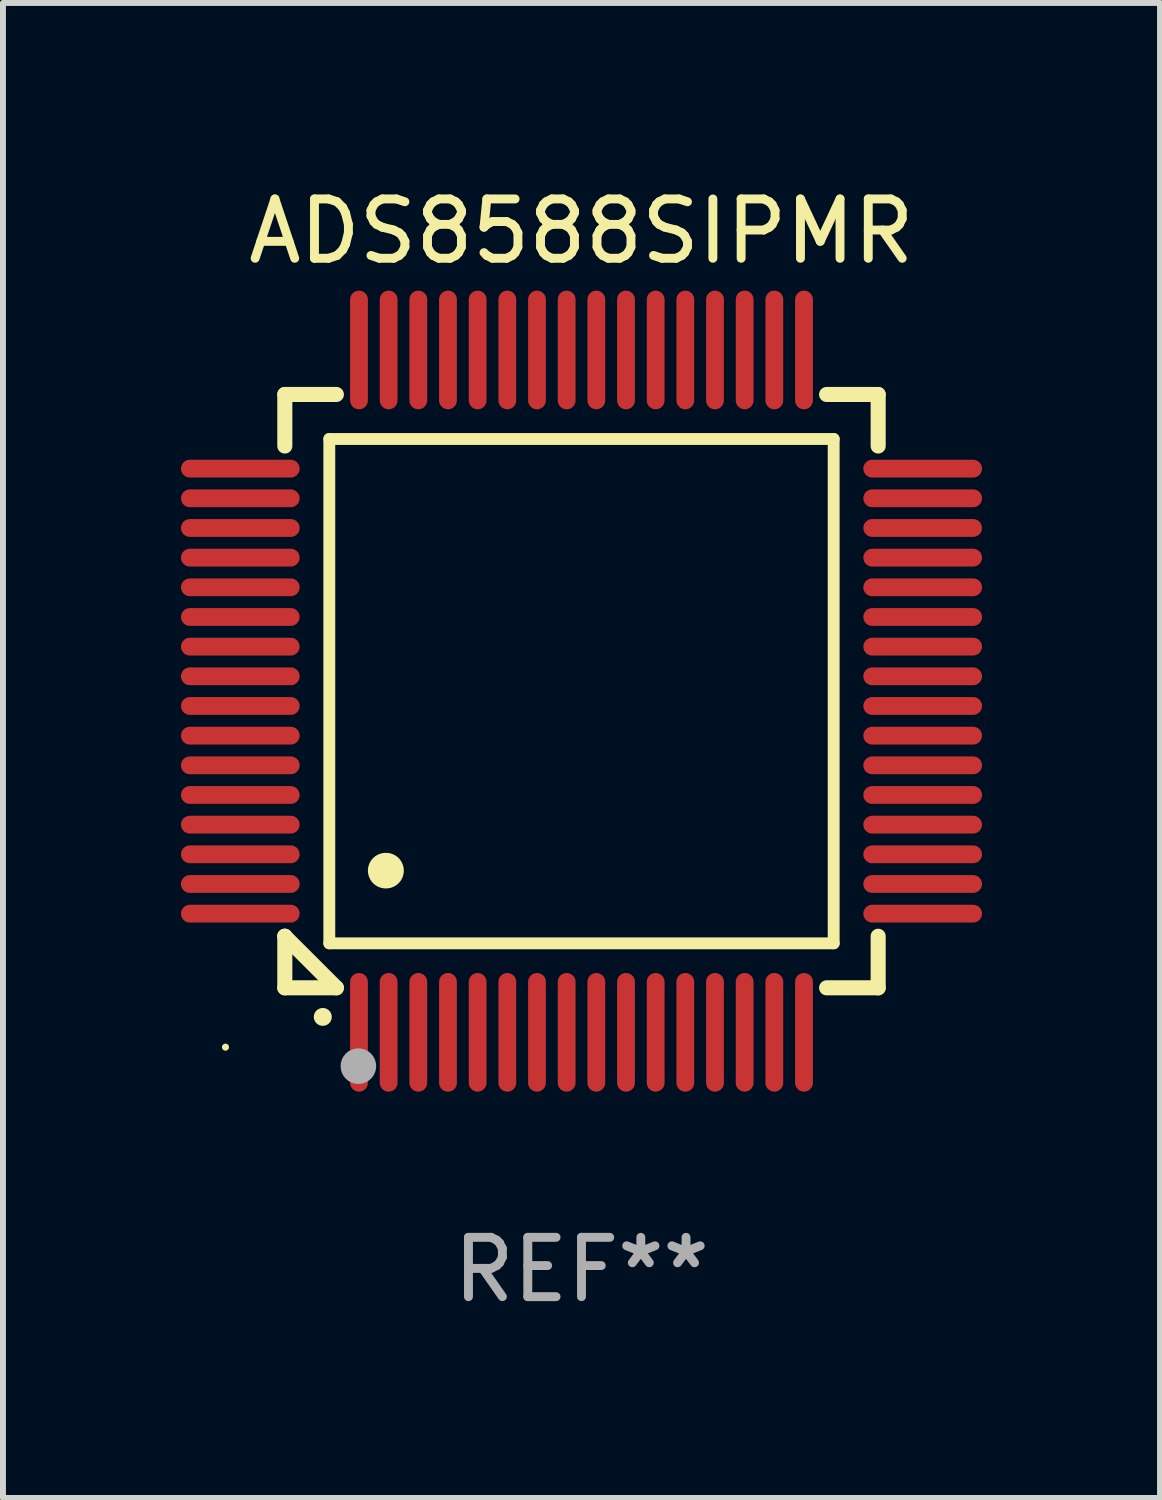
<source format=kicad_pcb>
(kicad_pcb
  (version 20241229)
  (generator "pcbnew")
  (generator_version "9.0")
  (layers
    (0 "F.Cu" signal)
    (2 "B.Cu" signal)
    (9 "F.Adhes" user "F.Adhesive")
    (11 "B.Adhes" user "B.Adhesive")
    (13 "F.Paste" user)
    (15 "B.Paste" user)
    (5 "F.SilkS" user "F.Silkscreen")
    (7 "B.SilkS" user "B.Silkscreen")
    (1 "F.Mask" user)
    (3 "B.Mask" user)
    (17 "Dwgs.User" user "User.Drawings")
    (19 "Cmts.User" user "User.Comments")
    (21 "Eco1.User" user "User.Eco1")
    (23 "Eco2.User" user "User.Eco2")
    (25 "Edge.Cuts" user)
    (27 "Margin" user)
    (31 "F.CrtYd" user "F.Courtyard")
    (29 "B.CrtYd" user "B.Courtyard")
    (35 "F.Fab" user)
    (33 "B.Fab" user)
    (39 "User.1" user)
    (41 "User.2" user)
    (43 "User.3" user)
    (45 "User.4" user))
  (footprint "ADS8588SIPMR"
    (layer "F.Cu")
    (at 6.75 8.598)
    (property "Reference" "ADS8588SIPMR" (at 0 -7.75 0) (layer "F.SilkS") (effects (font (size 1 1) (thickness 0.15))))
    (attr through_hole)
    (fp_line (start -5 -5) (end -4.131 -5) (stroke (width 0.254) (type solid)) (layer "F.SilkS"))
    (fp_line (start -5 -4.131) (end -5 -5) (stroke (width 0.254) (type solid)) (layer "F.SilkS"))
    (fp_line (start -5 4.131) (end -5 4.131) (stroke (width 0.254) (type solid)) (layer "F.SilkS"))
    (fp_line (start -5 5) (end -5 4.131) (stroke (width 0.254) (type solid)) (layer "F.SilkS"))
    (fp_line (start -5 4.131) (end -4.131 5) (stroke (width 0.254) (type solid)) (layer "F.SilkS"))
    (fp_line (start -4.25 -4.25) (end -4.25 4.25) (stroke (width 0.2) (type solid)) (layer "F.SilkS"))
    (fp_line (start -4.25 4.25) (end 4.25 4.25) (stroke (width 0.2) (type solid)) (layer "F.SilkS"))
    (fp_line (start -4.131 5) (end -5 5) (stroke (width 0.254) (type solid)) (layer "F.SilkS"))
    (fp_line (start 4.25 -4.25) (end -4.25 -4.25) (stroke (width 0.2) (type solid)) (layer "F.SilkS"))
    (fp_line (start 4.25 4.25) (end 4.25 -4.25) (stroke (width 0.2) (type solid)) (layer "F.SilkS"))
    (fp_line (start 5 -5) (end 4.131 -5) (stroke (width 0.254) (type solid)) (layer "F.SilkS"))
    (fp_line (start 5 -5) (end 5 -4.131) (stroke (width 0.254) (type solid)) (layer "F.SilkS"))
    (fp_line (start 5 4.131) (end 5 5) (stroke (width 0.254) (type solid)) (layer "F.SilkS"))
    (fp_line (start 5 5) (end 4.131 5) (stroke (width 0.254) (type solid)) (layer "F.SilkS"))
    (fp_arc (start -4.361265 5.489992) (mid -4.359995 5.489987) (end -4.358725 5.489992) (stroke (width 0.3) (type solid)) (layer "F.SilkS"))
    (fp_arc (start -3.299467 3.025146) (mid -3.296927 3.025135) (end -3.294387 3.025146) (stroke (width 0.6) (type solid)) (layer "F.SilkS"))
    (fp_circle (center -6 6) (end -5.97 6) (stroke (width 0.06) (type solid)) (fill no) (layer "F.SilkS"))
    (fp_circle (center -3.76 6.32) (end -3.61 6.32) (stroke (width 0.3) (type solid)) (fill no) (layer "F.Fab"))
    (fp_text user "REF**" (at 0 9.75 0) (layer "F.Fab") (effects (font (size 1 1) (thickness 0.15))))
    (pad "1" smd oval (at -3.75 5.75) (size 0.3 2) (layers "F.Cu" "F.Mask" "F.Paste"))
    (pad "2" smd oval (at -3.25 5.75) (size 0.3 2) (layers "F.Cu" "F.Mask" "F.Paste"))
    (pad "3" smd oval (at -2.75 5.75) (size 0.3 2) (layers "F.Cu" "F.Mask" "F.Paste"))
    (pad "4" smd oval (at -2.25 5.75) (size 0.3 2) (layers "F.Cu" "F.Mask" "F.Paste"))
    (pad "5" smd oval (at -1.75 5.75) (size 0.3 2) (layers "F.Cu" "F.Mask" "F.Paste"))
    (pad "6" smd oval (at -1.25 5.75) (size 0.3 2) (layers "F.Cu" "F.Mask" "F.Paste"))
    (pad "7" smd oval (at -0.75 5.75) (size 0.3 2) (layers "F.Cu" "F.Mask" "F.Paste"))
    (pad "8" smd oval (at -0.25 5.75) (size 0.3 2) (layers "F.Cu" "F.Mask" "F.Paste"))
    (pad "9" smd oval (at 0.25 5.75) (size 0.3 2) (layers "F.Cu" "F.Mask" "F.Paste"))
    (pad "10" smd oval (at 0.75 5.75) (size 0.3 2) (layers "F.Cu" "F.Mask" "F.Paste"))
    (pad "11" smd oval (at 1.25 5.75) (size 0.3 2) (layers "F.Cu" "F.Mask" "F.Paste"))
    (pad "12" smd oval (at 1.75 5.75) (size 0.3 2) (layers "F.Cu" "F.Mask" "F.Paste"))
    (pad "13" smd oval (at 2.25 5.75) (size 0.3 2) (layers "F.Cu" "F.Mask" "F.Paste"))
    (pad "14" smd oval (at 2.75 5.75) (size 0.3 2) (layers "F.Cu" "F.Mask" "F.Paste"))
    (pad "15" smd oval (at 3.25 5.75) (size 0.3 2) (layers "F.Cu" "F.Mask" "F.Paste"))
    (pad "16" smd oval (at 3.75 5.75) (size 0.3 2) (layers "F.Cu" "F.Mask" "F.Paste"))
    (pad "17" smd oval (at 5.75 3.75) (size 2 0.3) (layers "F.Cu" "F.Mask" "F.Paste"))
    (pad "18" smd oval (at 5.75 3.25) (size 2 0.3) (layers "F.Cu" "F.Mask" "F.Paste"))
    (pad "19" smd oval (at 5.75 2.75) (size 2 0.3) (layers "F.Cu" "F.Mask" "F.Paste"))
    (pad "20" smd oval (at 5.75 2.25) (size 2 0.3) (layers "F.Cu" "F.Mask" "F.Paste"))
    (pad "21" smd oval (at 5.75 1.75) (size 2 0.3) (layers "F.Cu" "F.Mask" "F.Paste"))
    (pad "22" smd oval (at 5.75 1.25) (size 2 0.3) (layers "F.Cu" "F.Mask" "F.Paste"))
    (pad "23" smd oval (at 5.75 0.75) (size 2 0.3) (layers "F.Cu" "F.Mask" "F.Paste"))
    (pad "24" smd oval (at 5.75 0.25) (size 2 0.3) (layers "F.Cu" "F.Mask" "F.Paste"))
    (pad "25" smd oval (at 5.75 -0.25) (size 2 0.3) (layers "F.Cu" "F.Mask" "F.Paste"))
    (pad "26" smd oval (at 5.75 -0.75) (size 2 0.3) (layers "F.Cu" "F.Mask" "F.Paste"))
    (pad "27" smd oval (at 5.75 -1.25) (size 2 0.3) (layers "F.Cu" "F.Mask" "F.Paste"))
    (pad "28" smd oval (at 5.75 -1.75) (size 2 0.3) (layers "F.Cu" "F.Mask" "F.Paste"))
    (pad "29" smd oval (at 5.75 -2.25) (size 2 0.3) (layers "F.Cu" "F.Mask" "F.Paste"))
    (pad "30" smd oval (at 5.75 -2.75) (size 2 0.3) (layers "F.Cu" "F.Mask" "F.Paste"))
    (pad "31" smd oval (at 5.75 -3.25) (size 2 0.3) (layers "F.Cu" "F.Mask" "F.Paste"))
    (pad "32" smd oval (at 5.75 -3.75) (size 2 0.3) (layers "F.Cu" "F.Mask" "F.Paste"))
    (pad "33" smd oval (at 3.75 -5.75) (size 0.3 2) (layers "F.Cu" "F.Mask" "F.Paste"))
    (pad "34" smd oval (at 3.25 -5.75) (size 0.3 2) (layers "F.Cu" "F.Mask" "F.Paste"))
    (pad "35" smd oval (at 2.75 -5.75) (size 0.3 2) (layers "F.Cu" "F.Mask" "F.Paste"))
    (pad "36" smd oval (at 2.25 -5.75) (size 0.3 2) (layers "F.Cu" "F.Mask" "F.Paste"))
    (pad "37" smd oval (at 1.75 -5.75) (size 0.3 2) (layers "F.Cu" "F.Mask" "F.Paste"))
    (pad "38" smd oval (at 1.25 -5.75) (size 0.3 2) (layers "F.Cu" "F.Mask" "F.Paste"))
    (pad "39" smd oval (at 0.75 -5.75) (size 0.3 2) (layers "F.Cu" "F.Mask" "F.Paste"))
    (pad "40" smd oval (at 0.25 -5.75) (size 0.3 2) (layers "F.Cu" "F.Mask" "F.Paste"))
    (pad "41" smd oval (at -0.25 -5.75) (size 0.3 2) (layers "F.Cu" "F.Mask" "F.Paste"))
    (pad "42" smd oval (at -0.75 -5.75) (size 0.3 2) (layers "F.Cu" "F.Mask" "F.Paste"))
    (pad "43" smd oval (at -1.25 -5.75) (size 0.3 2) (layers "F.Cu" "F.Mask" "F.Paste"))
    (pad "44" smd oval (at -1.75 -5.75) (size 0.3 2) (layers "F.Cu" "F.Mask" "F.Paste"))
    (pad "45" smd oval (at -2.25 -5.75) (size 0.3 2) (layers "F.Cu" "F.Mask" "F.Paste"))
    (pad "46" smd oval (at -2.75 -5.75) (size 0.3 2) (layers "F.Cu" "F.Mask" "F.Paste"))
    (pad "47" smd oval (at -3.25 -5.75) (size 0.3 2) (layers "F.Cu" "F.Mask" "F.Paste"))
    (pad "48" smd oval (at -3.75 -5.75) (size 0.3 2) (layers "F.Cu" "F.Mask" "F.Paste"))
    (pad "49" smd oval (at -5.75 -3.75) (size 2 0.3) (layers "F.Cu" "F.Mask" "F.Paste"))
    (pad "50" smd oval (at -5.75 -3.25) (size 2 0.3) (layers "F.Cu" "F.Mask" "F.Paste"))
    (pad "51" smd oval (at -5.75 -2.75) (size 2 0.3) (layers "F.Cu" "F.Mask" "F.Paste"))
    (pad "52" smd oval (at -5.75 -2.25) (size 2 0.3) (layers "F.Cu" "F.Mask" "F.Paste"))
    (pad "53" smd oval (at -5.75 -1.75) (size 2 0.3) (layers "F.Cu" "F.Mask" "F.Paste"))
    (pad "54" smd oval (at -5.75 -1.25) (size 2 0.3) (layers "F.Cu" "F.Mask" "F.Paste"))
    (pad "55" smd oval (at -5.75 -0.75) (size 2 0.3) (layers "F.Cu" "F.Mask" "F.Paste"))
    (pad "56" smd oval (at -5.75 -0.25) (size 2 0.3) (layers "F.Cu" "F.Mask" "F.Paste"))
    (pad "57" smd oval (at -5.75 0.25) (size 2 0.3) (layers "F.Cu" "F.Mask" "F.Paste"))
    (pad "58" smd oval (at -5.75 0.75) (size 2 0.3) (layers "F.Cu" "F.Mask" "F.Paste"))
    (pad "59" smd oval (at -5.75 1.25) (size 2 0.3) (layers "F.Cu" "F.Mask" "F.Paste"))
    (pad "60" smd oval (at -5.75 1.75) (size 2 0.3) (layers "F.Cu" "F.Mask" "F.Paste"))
    (pad "61" smd oval (at -5.75 2.25) (size 2 0.3) (layers "F.Cu" "F.Mask" "F.Paste"))
    (pad "62" smd oval (at -5.75 2.75) (size 2 0.3) (layers "F.Cu" "F.Mask" "F.Paste"))
    (pad "63" smd oval (at -5.75 3.25) (size 2 0.3) (layers "F.Cu" "F.Mask" "F.Paste"))
    (pad "64" smd oval (at -5.75 3.75) (size 2 0.3) (layers "F.Cu" "F.Mask" "F.Paste")))
  (gr_rect
    (start -3 -3)
    (end 16.5 22.196)
    (stroke (width 0.1) (type default))
    (fill no)
    (layer "Edge.Cuts")))
</source>
